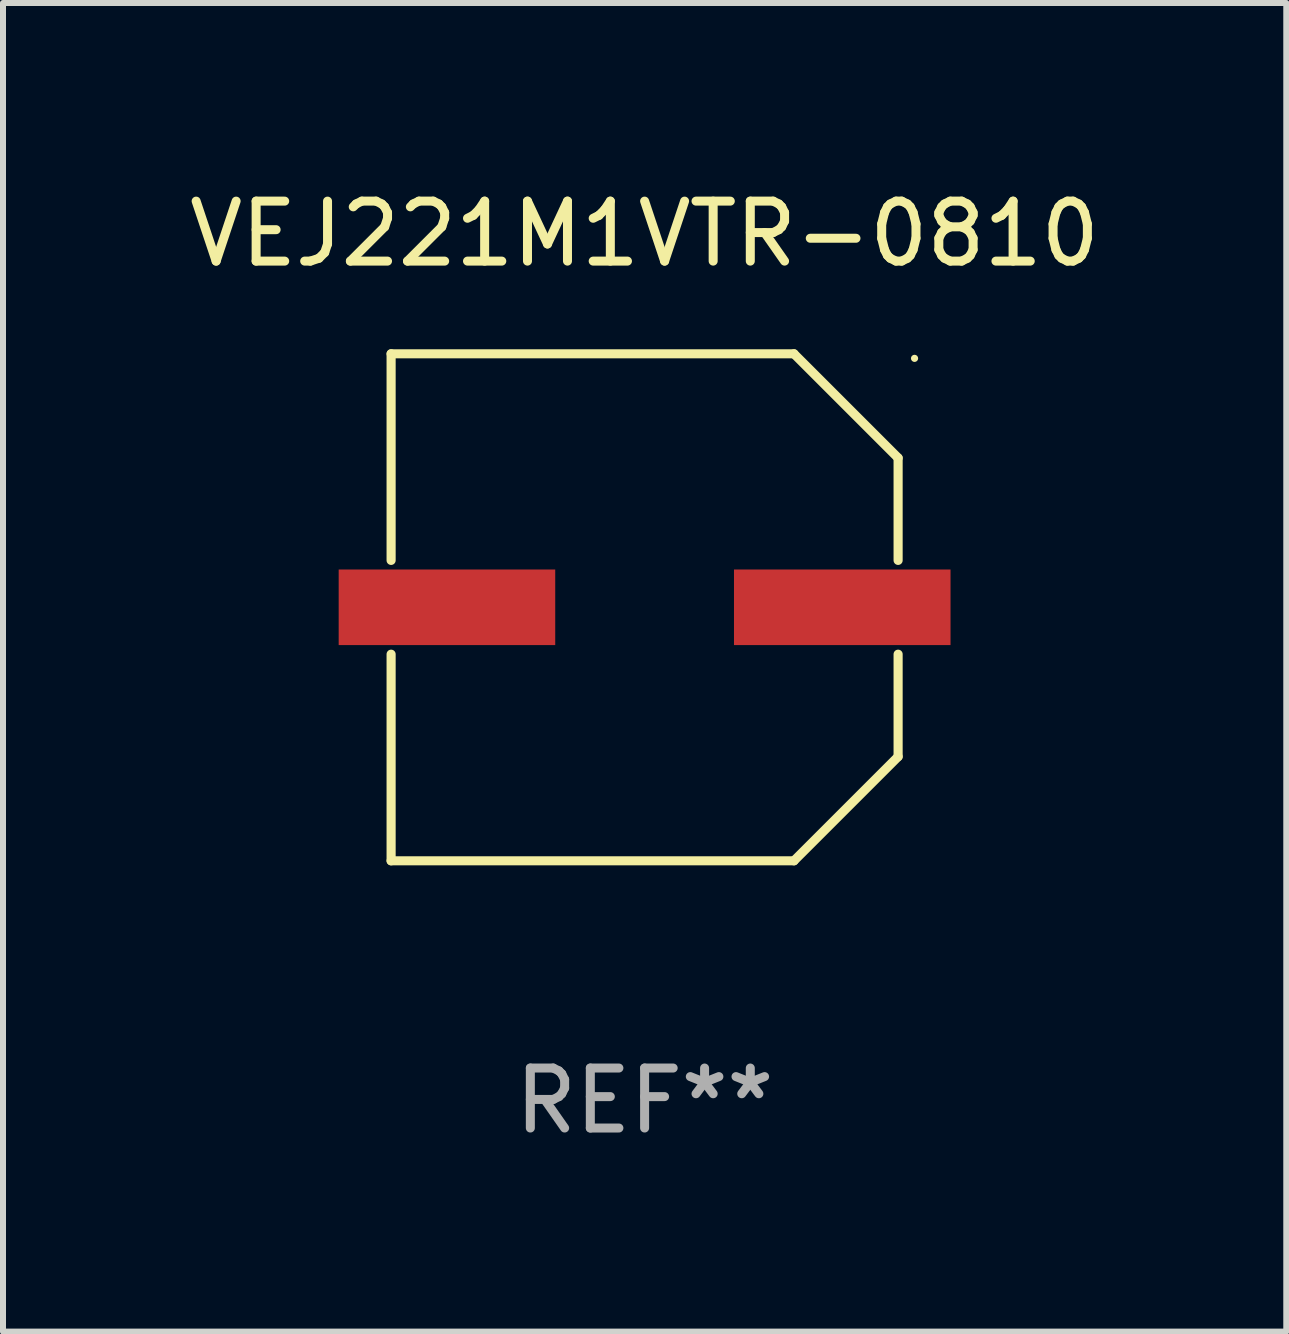
<source format=kicad_pcb>
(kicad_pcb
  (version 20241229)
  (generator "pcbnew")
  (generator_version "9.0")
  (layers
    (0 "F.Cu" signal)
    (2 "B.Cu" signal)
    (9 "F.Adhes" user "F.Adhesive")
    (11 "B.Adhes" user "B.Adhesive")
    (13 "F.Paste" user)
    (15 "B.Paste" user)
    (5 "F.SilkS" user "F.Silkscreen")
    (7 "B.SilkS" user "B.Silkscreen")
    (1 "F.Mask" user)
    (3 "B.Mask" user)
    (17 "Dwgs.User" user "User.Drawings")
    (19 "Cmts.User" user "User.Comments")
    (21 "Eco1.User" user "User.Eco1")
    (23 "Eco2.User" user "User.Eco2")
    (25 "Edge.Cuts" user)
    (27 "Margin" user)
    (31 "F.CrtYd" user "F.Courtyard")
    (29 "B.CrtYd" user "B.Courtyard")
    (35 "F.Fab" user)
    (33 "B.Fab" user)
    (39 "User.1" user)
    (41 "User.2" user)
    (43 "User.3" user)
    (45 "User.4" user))
  (footprint "VEJ221M1VTR-0810"
    (layer "F.Cu")
    (at 7.696 7.074)
    (property "Reference" "VEJ221M1VTR-0810" (at 0 -6.226 0) (layer "F.SilkS") (effects (font (size 1 1) (thickness 0.15))))
    (attr through_hole)
    (fp_line (start -4.226 -4.226) (end 2.49 -4.226) (stroke (width 0.152) (type solid)) (layer "F.SilkS"))
    (fp_line (start -4.226 -0.782) (end -4.226 -4.226) (stroke (width 0.152) (type solid)) (layer "F.SilkS"))
    (fp_line (start -4.226 0.782) (end -4.226 4.226) (stroke (width 0.152) (type solid)) (layer "F.SilkS"))
    (fp_line (start -4.226 4.226) (end 2.49 4.226) (stroke (width 0.152) (type solid)) (layer "F.SilkS"))
    (fp_line (start 2.49 -4.226) (end 4.226 -2.49) (stroke (width 0.152) (type solid)) (layer "F.SilkS"))
    (fp_line (start 2.49 4.226) (end 4.226 2.49) (stroke (width 0.152) (type solid)) (layer "F.SilkS"))
    (fp_line (start 4.226 -2.49) (end 4.226 -0.782) (stroke (width 0.152) (type solid)) (layer "F.SilkS"))
    (fp_line (start 4.226 2.49) (end 4.226 0.782) (stroke (width 0.152) (type solid)) (layer "F.SilkS"))
    (fp_circle (center 4.5 -4.15) (end 4.53 -4.15) (stroke (width 0.06) (type solid)) (fill no) (layer "F.SilkS"))
    (fp_text user "REF**" (at 0 8.226 0) (layer "F.Fab") (effects (font (size 1 1) (thickness 0.15))))
    (pad "1" smd rect (at 3.295 0 180) (size 3.61 1.26) (layers "F.Cu" "F.Mask" "F.Paste"))
    (pad "2" smd rect (at -3.295 0 180) (size 3.61 1.26) (layers "F.Cu" "F.Mask" "F.Paste")))
  (gr_rect
    (start -3 -3)
    (end 18.393 19.149)
    (stroke (width 0.1) (type default))
    (fill no)
    (layer "Edge.Cuts")))
</source>
